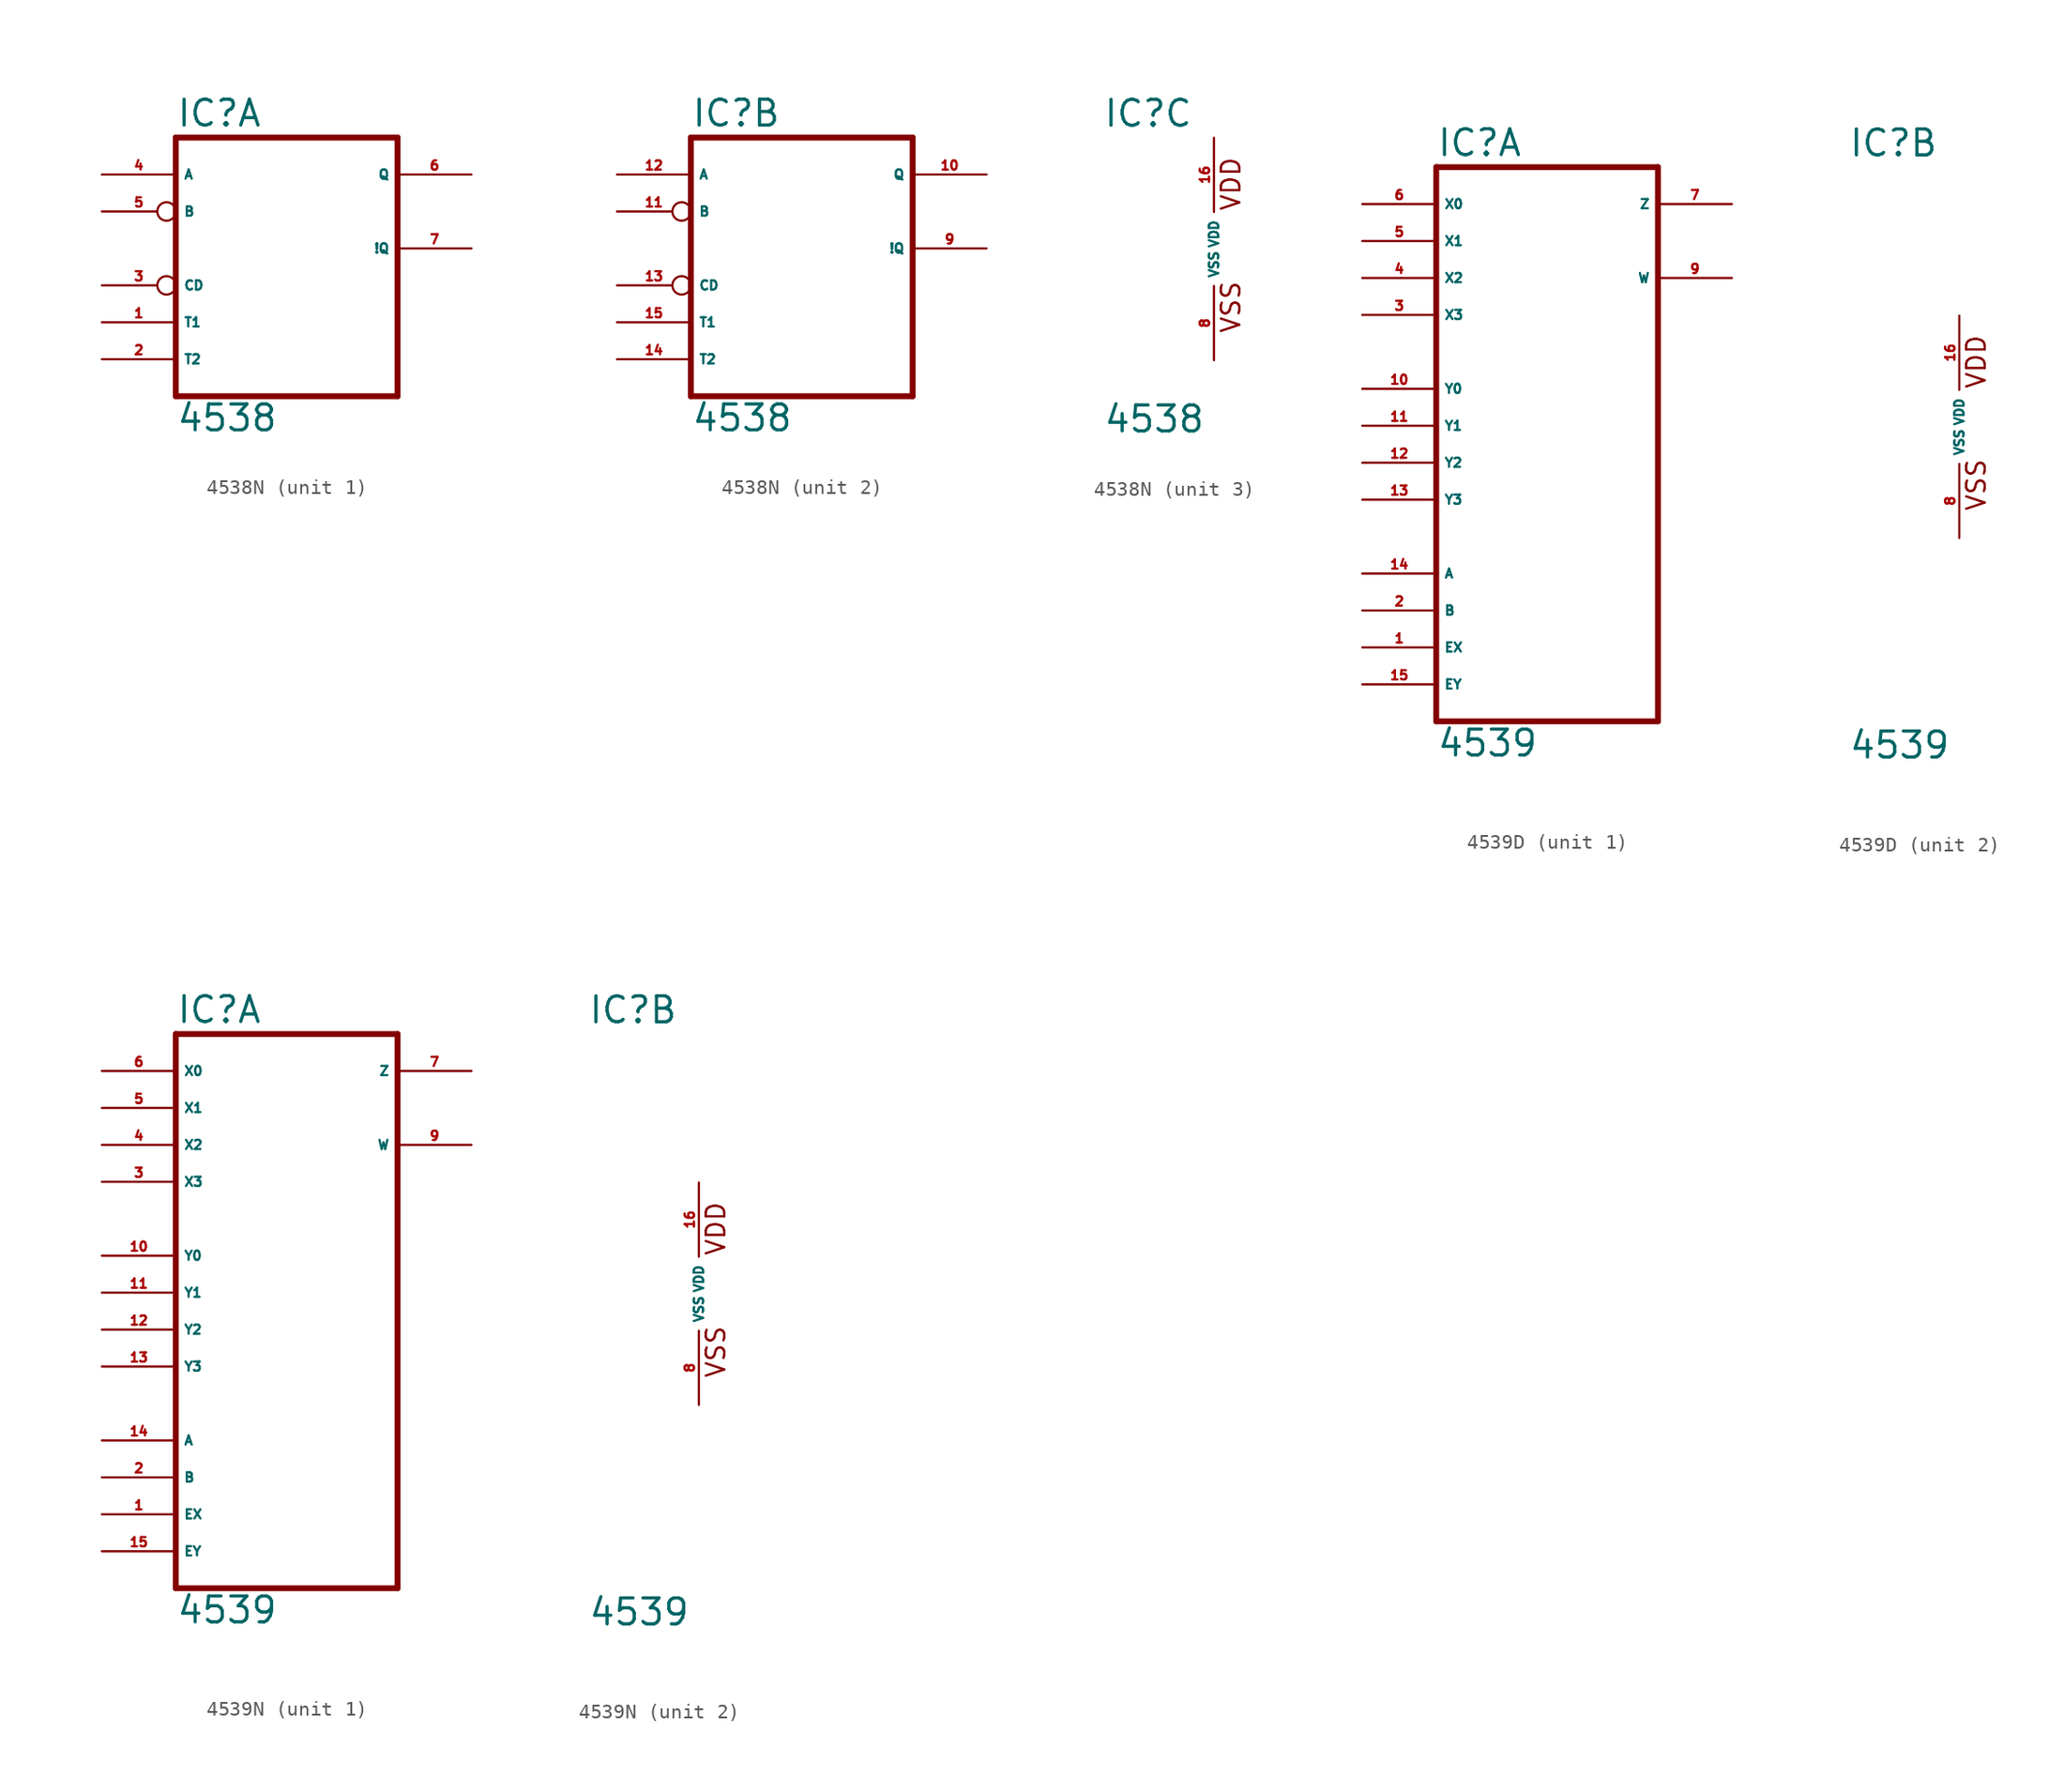
<source format=kicad_sym>
(kicad_symbol_lib
  (version 20220914)
  (generator Eagle2Kicad)
  (symbol "4538N"
    (property "Reference" "IC"
      (at -7.62 8.255 0)
      (effects (font (size 1.778 1.778) (thickness 0.22)) (justify left bottom)))
    (property "Value" "4538"
      (at -7.62 -12.7 0)
      (effects (font (size 1.778 1.778) (thickness 0.22)) (justify left bottom)))
    (symbol "4538N_1_0"
      (polyline (pts (xy -7.62 -10.16) (xy 7.62 -10.16)) (stroke (width 0.406) (type default)) (fill (type none)))
      (polyline (pts (xy 7.62 -10.16) (xy 7.62 7.62)) (stroke (width 0.406) (type default)) (fill (type none)))
      (polyline (pts (xy 7.62 7.62) (xy -7.62 7.62)) (stroke (width 0.406) (type default)) (fill (type none)))
      (polyline (pts (xy -7.62 -10.16) (xy -7.62 7.62)) (stroke (width 0.406) (type default)) (fill (type none)))
      (pin input line (at -12.7 5.08 0) (length 5.08) (name "A" (effects (font (size 0.635 0.635) (thickness 0.08)) (justify left bottom))) (number "4" (effects (font (size 0.635 0.635) (thickness 0.08)) (justify left bottom))))
      (pin input inverted (at -12.7 2.54 0) (length 5.08) (name "B" (effects (font (size 0.635 0.635) (thickness 0.08)) (justify left bottom))) (number "5" (effects (font (size 0.635 0.635) (thickness 0.08)) (justify left bottom))))
      (pin input inverted (at -12.7 -2.54 0) (length 5.08) (name "CD" (effects (font (size 0.635 0.635) (thickness 0.08)) (justify left bottom))) (number "3" (effects (font (size 0.635 0.635) (thickness 0.08)) (justify left bottom))))
      (pin input line (at -12.7 -5.08 0) (length 5.08) (name "T1" (effects (font (size 0.635 0.635) (thickness 0.08)) (justify left bottom))) (number "1" (effects (font (size 0.635 0.635) (thickness 0.08)) (justify left bottom))))
      (pin input line (at -12.7 -7.62 0) (length 5.08) (name "T2" (effects (font (size 0.635 0.635) (thickness 0.08)) (justify left bottom))) (number "2" (effects (font (size 0.635 0.635) (thickness 0.08)) (justify left bottom))))
      (pin output line (at 12.7 5.08 180) (length 5.08) (name "Q" (effects (font (size 0.635 0.635) (thickness 0.08)) (justify left bottom))) (number "6" (effects (font (size 0.635 0.635) (thickness 0.08)) (justify left bottom))))
      (pin output line (at 12.7 0 180) (length 5.08) (name "!Q" (effects (font (size 0.635 0.635) (thickness 0.08)) (justify left bottom))) (number "7" (effects (font (size 0.635 0.635) (thickness 0.08)) (justify left bottom)))))
    (symbol "4538N_2_0"
      (polyline (pts (xy -7.62 -10.16) (xy 7.62 -10.16)) (stroke (width 0.406) (type default)) (fill (type none)))
      (polyline (pts (xy 7.62 -10.16) (xy 7.62 7.62)) (stroke (width 0.406) (type default)) (fill (type none)))
      (polyline (pts (xy 7.62 7.62) (xy -7.62 7.62)) (stroke (width 0.406) (type default)) (fill (type none)))
      (polyline (pts (xy -7.62 -10.16) (xy -7.62 7.62)) (stroke (width 0.406) (type default)) (fill (type none)))
      (pin input line (at -12.7 5.08 0) (length 5.08) (name "A" (effects (font (size 0.635 0.635) (thickness 0.08)) (justify left bottom))) (number "12" (effects (font (size 0.635 0.635) (thickness 0.08)) (justify left bottom))))
      (pin input inverted (at -12.7 2.54 0) (length 5.08) (name "B" (effects (font (size 0.635 0.635) (thickness 0.08)) (justify left bottom))) (number "11" (effects (font (size 0.635 0.635) (thickness 0.08)) (justify left bottom))))
      (pin input inverted (at -12.7 -2.54 0) (length 5.08) (name "CD" (effects (font (size 0.635 0.635) (thickness 0.08)) (justify left bottom))) (number "13" (effects (font (size 0.635 0.635) (thickness 0.08)) (justify left bottom))))
      (pin input line (at -12.7 -5.08 0) (length 5.08) (name "T1" (effects (font (size 0.635 0.635) (thickness 0.08)) (justify left bottom))) (number "15" (effects (font (size 0.635 0.635) (thickness 0.08)) (justify left bottom))))
      (pin input line (at -12.7 -7.62 0) (length 5.08) (name "T2" (effects (font (size 0.635 0.635) (thickness 0.08)) (justify left bottom))) (number "14" (effects (font (size 0.635 0.635) (thickness 0.08)) (justify left bottom))))
      (pin output line (at 12.7 5.08 180) (length 5.08) (name "Q" (effects (font (size 0.635 0.635) (thickness 0.08)) (justify left bottom))) (number "10" (effects (font (size 0.635 0.635) (thickness 0.08)) (justify left bottom))))
      (pin output line (at 12.7 0 180) (length 5.08) (name "!Q" (effects (font (size 0.635 0.635) (thickness 0.08)) (justify left bottom))) (number "9" (effects (font (size 0.635 0.635) (thickness 0.08)) (justify left bottom)))))
    (symbol "4538N_3_0"
      (text "VDD" (at 1.905 2.54 900) (effects (font (size 1.27 1.27) (thickness 0.16)) (justify left bottom)))
      (text "VSS" (at 1.905 -5.842 900) (effects (font (size 1.27 1.27) (thickness 0.16)) (justify left bottom)))
      (pin unspecified line (at 0 -7.62 90) (length 5.08) (name "VSS" (effects (font (size 0.635 0.635) (thickness 0.08)) (justify left bottom))) (number "8" (effects (font (size 0.635 0.635) (thickness 0.08)) (justify left bottom))))
      (pin unspecified line (at 0 7.62 270) (length 5.08) (name "VDD" (effects (font (size 0.635 0.635) (thickness 0.08)) (justify left bottom))) (number "16" (effects (font (size 0.635 0.635) (thickness 0.08)) (justify left bottom))))))
  (symbol "4539D"
    (property "Reference" "IC"
      (at -7.62 18.415 0)
      (effects (font (size 1.778 1.778) (thickness 0.22)) (justify left bottom)))
    (property "Value" "4539"
      (at -7.62 -22.86 0)
      (effects (font (size 1.778 1.778) (thickness 0.22)) (justify left bottom)))
    (symbol "4539D_1_0"
      (polyline (pts (xy -7.62 -20.32) (xy 7.62 -20.32)) (stroke (width 0.406) (type default)) (fill (type none)))
      (polyline (pts (xy 7.62 -20.32) (xy 7.62 17.78)) (stroke (width 0.406) (type default)) (fill (type none)))
      (polyline (pts (xy 7.62 17.78) (xy -7.62 17.78)) (stroke (width 0.406) (type default)) (fill (type none)))
      (polyline (pts (xy -7.62 17.78) (xy -7.62 -20.32)) (stroke (width 0.406) (type default)) (fill (type none)))
      (pin input line (at -12.7 -15.24 0) (length 5.08) (name "EX" (effects (font (size 0.635 0.635) (thickness 0.08)) (justify left bottom))) (number "1" (effects (font (size 0.635 0.635) (thickness 0.08)) (justify left bottom))))
      (pin input line (at -12.7 -12.7 0) (length 5.08) (name "B" (effects (font (size 0.635 0.635) (thickness 0.08)) (justify left bottom))) (number "2" (effects (font (size 0.635 0.635) (thickness 0.08)) (justify left bottom))))
      (pin input line (at -12.7 7.62 0) (length 5.08) (name "X3" (effects (font (size 0.635 0.635) (thickness 0.08)) (justify left bottom))) (number "3" (effects (font (size 0.635 0.635) (thickness 0.08)) (justify left bottom))))
      (pin input line (at -12.7 10.16 0) (length 5.08) (name "X2" (effects (font (size 0.635 0.635) (thickness 0.08)) (justify left bottom))) (number "4" (effects (font (size 0.635 0.635) (thickness 0.08)) (justify left bottom))))
      (pin input line (at -12.7 12.7 0) (length 5.08) (name "X1" (effects (font (size 0.635 0.635) (thickness 0.08)) (justify left bottom))) (number "5" (effects (font (size 0.635 0.635) (thickness 0.08)) (justify left bottom))))
      (pin input line (at -12.7 15.24 0) (length 5.08) (name "X0" (effects (font (size 0.635 0.635) (thickness 0.08)) (justify left bottom))) (number "6" (effects (font (size 0.635 0.635) (thickness 0.08)) (justify left bottom))))
      (pin tri_state line (at 12.7 15.24 180) (length 5.08) (name "Z" (effects (font (size 0.635 0.635) (thickness 0.08)) (justify left bottom))) (number "7" (effects (font (size 0.635 0.635) (thickness 0.08)) (justify left bottom))))
      (pin tri_state line (at 12.7 10.16 180) (length 5.08) (name "W" (effects (font (size 0.635 0.635) (thickness 0.08)) (justify left bottom))) (number "9" (effects (font (size 0.635 0.635) (thickness 0.08)) (justify left bottom))))
      (pin input line (at -12.7 2.54 0) (length 5.08) (name "Y0" (effects (font (size 0.635 0.635) (thickness 0.08)) (justify left bottom))) (number "10" (effects (font (size 0.635 0.635) (thickness 0.08)) (justify left bottom))))
      (pin input line (at -12.7 0 0) (length 5.08) (name "Y1" (effects (font (size 0.635 0.635) (thickness 0.08)) (justify left bottom))) (number "11" (effects (font (size 0.635 0.635) (thickness 0.08)) (justify left bottom))))
      (pin input line (at -12.7 -2.54 0) (length 5.08) (name "Y2" (effects (font (size 0.635 0.635) (thickness 0.08)) (justify left bottom))) (number "12" (effects (font (size 0.635 0.635) (thickness 0.08)) (justify left bottom))))
      (pin input line (at -12.7 -5.08 0) (length 5.08) (name "Y3" (effects (font (size 0.635 0.635) (thickness 0.08)) (justify left bottom))) (number "13" (effects (font (size 0.635 0.635) (thickness 0.08)) (justify left bottom))))
      (pin input line (at -12.7 -10.16 0) (length 5.08) (name "A" (effects (font (size 0.635 0.635) (thickness 0.08)) (justify left bottom))) (number "14" (effects (font (size 0.635 0.635) (thickness 0.08)) (justify left bottom))))
      (pin input line (at -12.7 -17.78 0) (length 5.08) (name "EY" (effects (font (size 0.635 0.635) (thickness 0.08)) (justify left bottom))) (number "15" (effects (font (size 0.635 0.635) (thickness 0.08)) (justify left bottom)))))
    (symbol "4539D_2_0"
      (text "VDD" (at 1.905 2.54 900) (effects (font (size 1.27 1.27) (thickness 0.16)) (justify left bottom)))
      (text "VSS" (at 1.905 -5.842 900) (effects (font (size 1.27 1.27) (thickness 0.16)) (justify left bottom)))
      (pin unspecified line (at 0 -7.62 90) (length 5.08) (name "VSS" (effects (font (size 0.635 0.635) (thickness 0.08)) (justify left bottom))) (number "8" (effects (font (size 0.635 0.635) (thickness 0.08)) (justify left bottom))))
      (pin unspecified line (at 0 7.62 270) (length 5.08) (name "VDD" (effects (font (size 0.635 0.635) (thickness 0.08)) (justify left bottom))) (number "16" (effects (font (size 0.635 0.635) (thickness 0.08)) (justify left bottom))))))
  (symbol "4539N"
    (property "Reference" "IC"
      (at -7.62 18.415 0)
      (effects (font (size 1.778 1.778) (thickness 0.22)) (justify left bottom)))
    (property "Value" "4539"
      (at -7.62 -22.86 0)
      (effects (font (size 1.778 1.778) (thickness 0.22)) (justify left bottom)))
    (symbol "4539N_1_0"
      (polyline (pts (xy -7.62 -20.32) (xy 7.62 -20.32)) (stroke (width 0.406) (type default)) (fill (type none)))
      (polyline (pts (xy 7.62 -20.32) (xy 7.62 17.78)) (stroke (width 0.406) (type default)) (fill (type none)))
      (polyline (pts (xy 7.62 17.78) (xy -7.62 17.78)) (stroke (width 0.406) (type default)) (fill (type none)))
      (polyline (pts (xy -7.62 17.78) (xy -7.62 -20.32)) (stroke (width 0.406) (type default)) (fill (type none)))
      (pin input line (at -12.7 -15.24 0) (length 5.08) (name "EX" (effects (font (size 0.635 0.635) (thickness 0.08)) (justify left bottom))) (number "1" (effects (font (size 0.635 0.635) (thickness 0.08)) (justify left bottom))))
      (pin input line (at -12.7 -12.7 0) (length 5.08) (name "B" (effects (font (size 0.635 0.635) (thickness 0.08)) (justify left bottom))) (number "2" (effects (font (size 0.635 0.635) (thickness 0.08)) (justify left bottom))))
      (pin input line (at -12.7 7.62 0) (length 5.08) (name "X3" (effects (font (size 0.635 0.635) (thickness 0.08)) (justify left bottom))) (number "3" (effects (font (size 0.635 0.635) (thickness 0.08)) (justify left bottom))))
      (pin input line (at -12.7 10.16 0) (length 5.08) (name "X2" (effects (font (size 0.635 0.635) (thickness 0.08)) (justify left bottom))) (number "4" (effects (font (size 0.635 0.635) (thickness 0.08)) (justify left bottom))))
      (pin input line (at -12.7 12.7 0) (length 5.08) (name "X1" (effects (font (size 0.635 0.635) (thickness 0.08)) (justify left bottom))) (number "5" (effects (font (size 0.635 0.635) (thickness 0.08)) (justify left bottom))))
      (pin input line (at -12.7 15.24 0) (length 5.08) (name "X0" (effects (font (size 0.635 0.635) (thickness 0.08)) (justify left bottom))) (number "6" (effects (font (size 0.635 0.635) (thickness 0.08)) (justify left bottom))))
      (pin tri_state line (at 12.7 15.24 180) (length 5.08) (name "Z" (effects (font (size 0.635 0.635) (thickness 0.08)) (justify left bottom))) (number "7" (effects (font (size 0.635 0.635) (thickness 0.08)) (justify left bottom))))
      (pin tri_state line (at 12.7 10.16 180) (length 5.08) (name "W" (effects (font (size 0.635 0.635) (thickness 0.08)) (justify left bottom))) (number "9" (effects (font (size 0.635 0.635) (thickness 0.08)) (justify left bottom))))
      (pin input line (at -12.7 2.54 0) (length 5.08) (name "Y0" (effects (font (size 0.635 0.635) (thickness 0.08)) (justify left bottom))) (number "10" (effects (font (size 0.635 0.635) (thickness 0.08)) (justify left bottom))))
      (pin input line (at -12.7 0 0) (length 5.08) (name "Y1" (effects (font (size 0.635 0.635) (thickness 0.08)) (justify left bottom))) (number "11" (effects (font (size 0.635 0.635) (thickness 0.08)) (justify left bottom))))
      (pin input line (at -12.7 -2.54 0) (length 5.08) (name "Y2" (effects (font (size 0.635 0.635) (thickness 0.08)) (justify left bottom))) (number "12" (effects (font (size 0.635 0.635) (thickness 0.08)) (justify left bottom))))
      (pin input line (at -12.7 -5.08 0) (length 5.08) (name "Y3" (effects (font (size 0.635 0.635) (thickness 0.08)) (justify left bottom))) (number "13" (effects (font (size 0.635 0.635) (thickness 0.08)) (justify left bottom))))
      (pin input line (at -12.7 -10.16 0) (length 5.08) (name "A" (effects (font (size 0.635 0.635) (thickness 0.08)) (justify left bottom))) (number "14" (effects (font (size 0.635 0.635) (thickness 0.08)) (justify left bottom))))
      (pin input line (at -12.7 -17.78 0) (length 5.08) (name "EY" (effects (font (size 0.635 0.635) (thickness 0.08)) (justify left bottom))) (number "15" (effects (font (size 0.635 0.635) (thickness 0.08)) (justify left bottom)))))
    (symbol "4539N_2_0"
      (text "VDD" (at 1.905 2.54 900) (effects (font (size 1.27 1.27) (thickness 0.16)) (justify left bottom)))
      (text "VSS" (at 1.905 -5.842 900) (effects (font (size 1.27 1.27) (thickness 0.16)) (justify left bottom)))
      (pin unspecified line (at 0 -7.62 90) (length 5.08) (name "VSS" (effects (font (size 0.635 0.635) (thickness 0.08)) (justify left bottom))) (number "8" (effects (font (size 0.635 0.635) (thickness 0.08)) (justify left bottom))))
      (pin unspecified line (at 0 7.62 270) (length 5.08) (name "VDD" (effects (font (size 0.635 0.635) (thickness 0.08)) (justify left bottom))) (number "16" (effects (font (size 0.635 0.635) (thickness 0.08)) (justify left bottom)))))))
</source>
